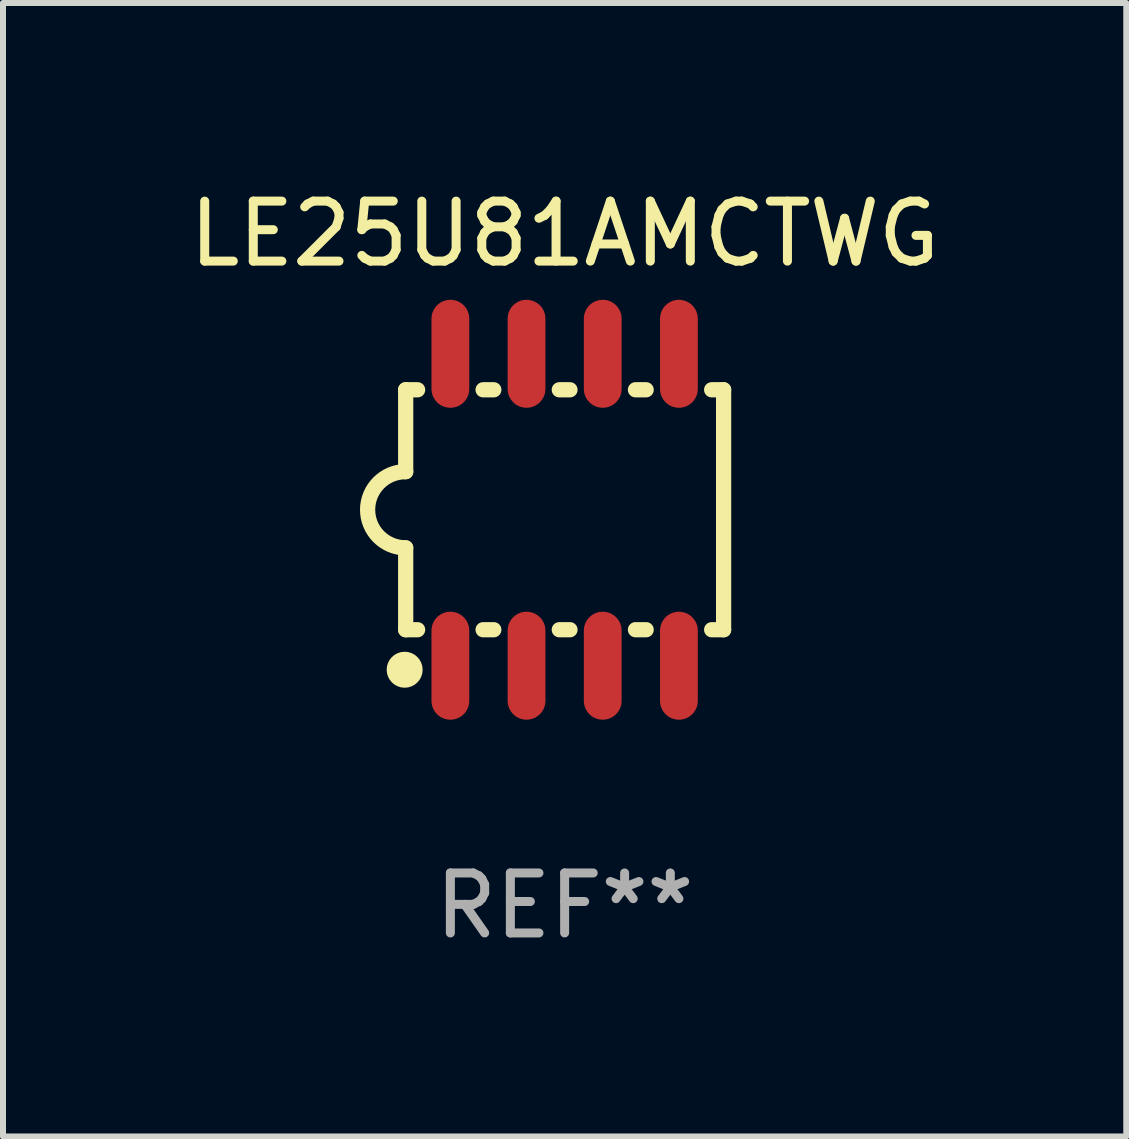
<source format=kicad_pcb>
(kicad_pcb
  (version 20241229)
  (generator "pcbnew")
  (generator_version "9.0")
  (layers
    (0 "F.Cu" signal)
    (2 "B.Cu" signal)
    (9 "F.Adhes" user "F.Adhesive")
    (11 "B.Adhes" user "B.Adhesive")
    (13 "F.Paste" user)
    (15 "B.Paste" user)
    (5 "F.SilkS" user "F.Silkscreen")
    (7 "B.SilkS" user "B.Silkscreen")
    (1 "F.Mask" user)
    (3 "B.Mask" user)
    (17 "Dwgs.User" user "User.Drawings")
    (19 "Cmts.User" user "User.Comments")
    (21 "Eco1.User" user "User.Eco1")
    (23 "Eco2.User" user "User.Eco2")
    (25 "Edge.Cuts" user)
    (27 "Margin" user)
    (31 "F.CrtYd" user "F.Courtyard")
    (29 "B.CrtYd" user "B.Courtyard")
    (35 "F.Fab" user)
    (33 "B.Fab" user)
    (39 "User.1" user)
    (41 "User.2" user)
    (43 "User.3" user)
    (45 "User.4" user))
  (footprint "LE25U81AMCTWG"
    (layer "F.Cu")
    (at 6.363 5.448)
    (property "Reference" "LE25U81AMCTWG" (at 0 -4.6 0) (layer "F.SilkS") (effects (font (size 1 1) (thickness 0.15))))
    (attr through_hole)
    (fp_line (start -2.65 -2) (end -2.65 -0.635) (stroke (width 0.254) (type solid)) (layer "F.SilkS"))
    (fp_line (start -2.65 2) (end -2.65 0.635) (stroke (width 0.254) (type solid)) (layer "F.SilkS"))
    (fp_line (start -2.451 -2) (end -2.65 -2) (stroke (width 0.254) (type solid)) (layer "F.SilkS"))
    (fp_line (start -2.451 2) (end -2.65 2) (stroke (width 0.254) (type solid)) (layer "F.SilkS"))
    (fp_line (start -1.181 -2) (end -1.359 -2) (stroke (width 0.254) (type solid)) (layer "F.SilkS"))
    (fp_line (start -1.181 2) (end -1.359 2) (stroke (width 0.254) (type solid)) (layer "F.SilkS"))
    (fp_line (start 0.089 -2) (end -0.089 -2) (stroke (width 0.254) (type solid)) (layer "F.SilkS"))
    (fp_line (start 0.089 2) (end -0.089 2) (stroke (width 0.254) (type solid)) (layer "F.SilkS"))
    (fp_line (start 1.359 -2) (end 1.181 -2) (stroke (width 0.254) (type solid)) (layer "F.SilkS"))
    (fp_line (start 1.359 2) (end 1.181 2) (stroke (width 0.254) (type solid)) (layer "F.SilkS"))
    (fp_line (start 2.65 -2) (end 2.451 -2) (stroke (width 0.254) (type solid)) (layer "F.SilkS"))
    (fp_line (start 2.65 -2) (end 2.65 2) (stroke (width 0.254) (type solid)) (layer "F.SilkS"))
    (fp_line (start 2.65 2) (end 2.451 2) (stroke (width 0.254) (type solid)) (layer "F.SilkS"))
    (fp_arc (start -2.650013 0.635001) (mid -3.284227 -0.000394) (end -2.649226 -0.635001) (stroke (width 0.254001) (type solid)) (layer "F.SilkS"))
    (fp_circle (center -2.667 2.667) (end -2.517 2.667) (stroke (width 0.3) (type solid)) (fill no) (layer "F.SilkS"))
    (fp_text user "REF**" (at 0 6.6 0) (layer "F.Fab") (effects (font (size 1 1) (thickness 0.15))))
    (pad "1" smd oval (at -1.905 2.6) (size 0.63 1.8) (layers "F.Cu" "F.Mask" "F.Paste"))
    (pad "2" smd oval (at -0.635 2.6) (size 0.63 1.8) (layers "F.Cu" "F.Mask" "F.Paste"))
    (pad "3" smd oval (at 0.635 2.6) (size 0.63 1.8) (layers "F.Cu" "F.Mask" "F.Paste"))
    (pad "4" smd oval (at 1.905 2.6) (size 0.63 1.8) (layers "F.Cu" "F.Mask" "F.Paste"))
    (pad "5" smd oval (at 1.905 -2.6) (size 0.63 1.8) (layers "F.Cu" "F.Mask" "F.Paste"))
    (pad "6" smd oval (at 0.635 -2.6) (size 0.63 1.8) (layers "F.Cu" "F.Mask" "F.Paste"))
    (pad "7" smd oval (at -0.635 -2.6) (size 0.63 1.8) (layers "F.Cu" "F.Mask" "F.Paste"))
    (pad "8" smd oval (at -1.905 -2.6) (size 0.63 1.8) (layers "F.Cu" "F.Mask" "F.Paste")))
  (gr_rect
    (start -3 -3)
    (end 15.726 15.896)
    (stroke (width 0.1) (type default))
    (fill no)
    (layer "Edge.Cuts")))
</source>
